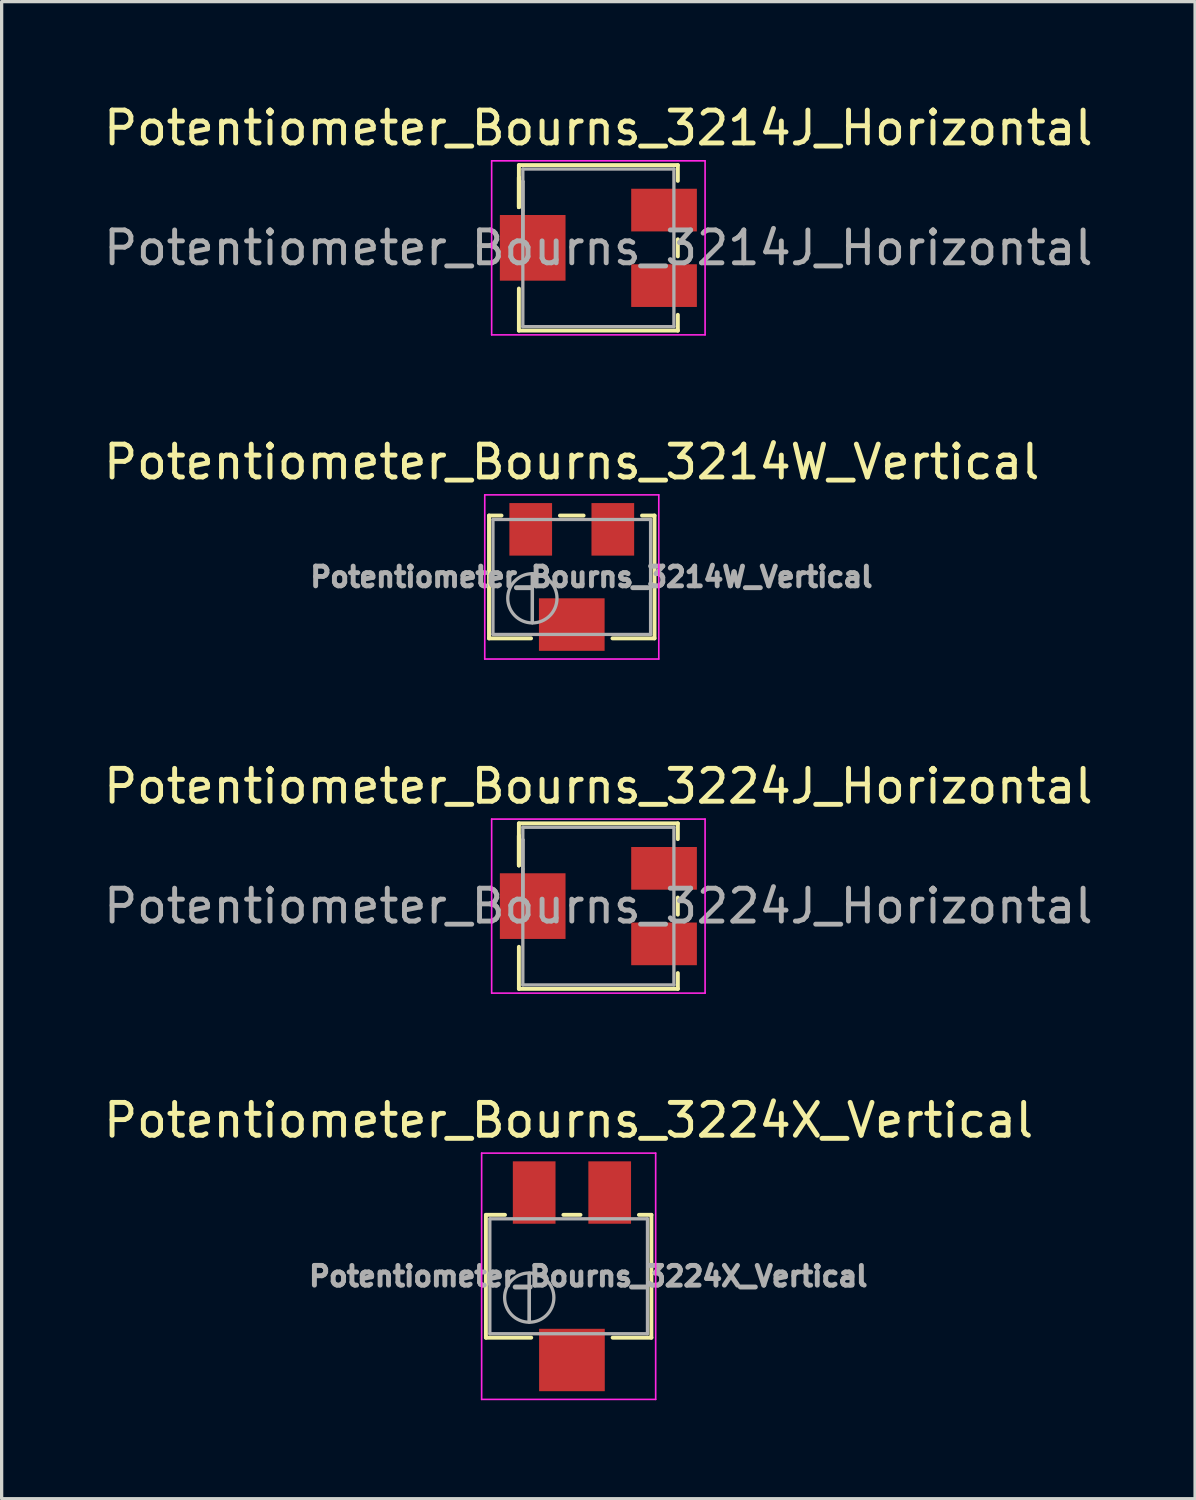
<source format=kicad_pcb>
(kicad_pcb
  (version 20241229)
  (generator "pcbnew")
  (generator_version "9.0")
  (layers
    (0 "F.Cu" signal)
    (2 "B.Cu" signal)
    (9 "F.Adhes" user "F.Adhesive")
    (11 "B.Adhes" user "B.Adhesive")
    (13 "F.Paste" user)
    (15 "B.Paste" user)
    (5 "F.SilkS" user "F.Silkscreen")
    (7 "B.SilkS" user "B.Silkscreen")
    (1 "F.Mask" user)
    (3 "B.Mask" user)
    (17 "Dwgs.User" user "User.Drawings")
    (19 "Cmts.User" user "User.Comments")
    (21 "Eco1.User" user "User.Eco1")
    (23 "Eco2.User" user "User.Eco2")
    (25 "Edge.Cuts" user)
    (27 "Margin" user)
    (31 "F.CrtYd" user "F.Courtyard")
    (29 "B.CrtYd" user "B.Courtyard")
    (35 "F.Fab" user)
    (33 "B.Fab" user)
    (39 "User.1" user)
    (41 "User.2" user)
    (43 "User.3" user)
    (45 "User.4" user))
  (footprint "Potentiometer_Bourns_3224J_Horizontal"
    (layer "F.Cu")
    (at 15.173 24.545)
    (property "Reference" "Potentiometer_Bourns_3224J_Horizontal" (at 0 -3.65 0) (layer "F.SilkS") (effects (font (size 1 1) (thickness 0.15))))
    (attr smd)
    (fp_line (start -2.42 -2.52) (end -2.42 -1.24) (stroke (width 0.12) (type solid)) (layer "F.SilkS"))
    (fp_line (start -2.42 -2.52) (end 2.42 -2.52) (stroke (width 0.12) (type solid)) (layer "F.SilkS"))
    (fp_line (start -2.42 -2.14) (end -2.42 -2.14) (stroke (width 0.12) (type solid)) (layer "F.SilkS"))
    (fp_line (start -2.42 -2.14) (end -2.42 -1.24) (stroke (width 0.12) (type solid)) (layer "F.SilkS"))
    (fp_line (start -2.42 -2.14) (end -2.42 -1.24) (stroke (width 0.12) (type solid)) (layer "F.SilkS"))
    (fp_line (start -2.42 1.24) (end -2.42 2.52) (stroke (width 0.12) (type solid)) (layer "F.SilkS"))
    (fp_line (start -2.42 2.52) (end 2.42 2.52) (stroke (width 0.12) (type solid)) (layer "F.SilkS"))
    (fp_line (start 2.42 -2.52) (end 2.42 -2.04) (stroke (width 0.12) (type solid)) (layer "F.SilkS"))
    (fp_line (start 2.42 -0.26) (end 2.42 0.26) (stroke (width 0.12) (type solid)) (layer "F.SilkS"))
    (fp_line (start 2.42 2.04) (end 2.42 2.52) (stroke (width 0.12) (type solid)) (layer "F.SilkS"))
    (fp_line (start -3.25 -2.65) (end -3.25 2.65) (stroke (width 0.05) (type solid)) (layer "F.CrtYd"))
    (fp_line (start -3.25 2.65) (end 3.25 2.65) (stroke (width 0.05) (type solid)) (layer "F.CrtYd"))
    (fp_line (start 3.25 -2.65) (end -3.25 -2.65) (stroke (width 0.05) (type solid)) (layer "F.CrtYd"))
    (fp_line (start 3.25 2.65) (end 3.25 -2.65) (stroke (width 0.05) (type solid)) (layer "F.CrtYd"))
    (fp_line (start -2.3 -2.4) (end -2.3 2.4) (stroke (width 0.1) (type solid)) (layer "F.Fab"))
    (fp_line (start -2.3 -2.02) (end -2.3 -2.02) (stroke (width 0.1) (type solid)) (layer "F.Fab"))
    (fp_line (start -2.3 -2.02) (end -2.3 -0.24) (stroke (width 0.1) (type solid)) (layer "F.Fab"))
    (fp_line (start -2.3 -1.13) (end -2.3 -1.13) (stroke (width 0.1) (type solid)) (layer "F.Fab"))
    (fp_line (start -2.3 -0.24) (end -2.3 -2.02) (stroke (width 0.1) (type solid)) (layer "F.Fab"))
    (fp_line (start -2.3 -0.24) (end -2.3 -0.24) (stroke (width 0.1) (type solid)) (layer "F.Fab"))
    (fp_line (start -2.3 2.4) (end 2.3 2.4) (stroke (width 0.1) (type solid)) (layer "F.Fab"))
    (fp_line (start 2.3 -2.4) (end -2.3 -2.4) (stroke (width 0.1) (type solid)) (layer "F.Fab"))
    (fp_line (start 2.3 2.4) (end 2.3 -2.4) (stroke (width 0.1) (type solid)) (layer "F.Fab"))
    (fp_text user "${REFERENCE}" (at 0 0 0) (layer "F.Fab") (effects (font (size 1 1) (thickness 0.15))))
    (pad "1" smd rect (at 2 -1.15) (size 2 1.3) (layers "F.Cu" "F.Mask" "F.Paste"))
    (pad "2" smd rect (at -2 0) (size 2 2) (layers "F.Cu" "F.Mask" "F.Paste"))
    (pad "3" smd rect (at 2 1.15) (size 2 1.3) (layers "F.Cu" "F.Mask" "F.Paste")))
  (footprint "Potentiometer_Bourns_3224X_Vertical"
    (layer "F.Cu")
    (at 14.368 35.818)
    (property "Reference" "Potentiometer_Bourns_3224X_Vertical" (at -0.1 -4.75 0) (layer "F.SilkS") (effects (font (size 1 1) (thickness 0.15))))
    (attr smd)
    (fp_line (start -2.62 -1.87) (end -2.62 1.87) (stroke (width 0.12) (type solid)) (layer "F.SilkS"))
    (fp_line (start -2.62 -1.87) (end -2.039 -1.87) (stroke (width 0.12) (type solid)) (layer "F.SilkS"))
    (fp_line (start -2.62 1.87) (end -1.24 1.87) (stroke (width 0.12) (type solid)) (layer "F.SilkS"))
    (fp_line (start -0.26 -1.87) (end 0.26 -1.87) (stroke (width 0.12) (type solid)) (layer "F.SilkS"))
    (fp_line (start 1.24 1.87) (end 2.42 1.87) (stroke (width 0.12) (type solid)) (layer "F.SilkS"))
    (fp_line (start 2.04 -1.87) (end 2.42 -1.87) (stroke (width 0.12) (type solid)) (layer "F.SilkS"))
    (fp_line (start 2.42 -1.87) (end 2.42 1.87) (stroke (width 0.12) (type solid)) (layer "F.SilkS"))
    (fp_line (start -2.75 -3.75) (end -2.75 3.75) (stroke (width 0.05) (type solid)) (layer "F.CrtYd"))
    (fp_line (start -2.75 3.75) (end 2.55 3.75) (stroke (width 0.05) (type solid)) (layer "F.CrtYd"))
    (fp_line (start 2.55 -3.75) (end -2.75 -3.75) (stroke (width 0.05) (type solid)) (layer "F.CrtYd"))
    (fp_line (start 2.55 3.75) (end 2.55 -3.75) (stroke (width 0.05) (type solid)) (layer "F.CrtYd"))
    (fp_line (start -2.5 -1.75) (end -2.5 1.75) (stroke (width 0.1) (type solid)) (layer "F.Fab"))
    (fp_line (start -2.5 1.75) (end 2.3 1.75) (stroke (width 0.1) (type solid)) (layer "F.Fab"))
    (fp_line (start -1.3 1.393) (end -1.299 -0.092) (stroke (width 0.1) (type solid)) (layer "F.Fab"))
    (fp_line (start -1.3 1.393) (end -1.299 -0.092) (stroke (width 0.1) (type solid)) (layer "F.Fab"))
    (fp_line (start 2.3 -1.75) (end -2.5 -1.75) (stroke (width 0.1) (type solid)) (layer "F.Fab"))
    (fp_line (start 2.3 1.75) (end 2.3 -1.75) (stroke (width 0.1) (type solid)) (layer "F.Fab"))
    (fp_circle (center -1.3 0.65) (end -0.55 0.65) (stroke (width 0.1) (type solid)) (fill no) (layer "F.Fab"))
    (fp_text user "${REFERENCE}" (at 0.5 0 0) (layer "F.Fab") (effects (font (size 0.6 0.6) (thickness 0.15))))
    (pad "1" smd rect (at 1.15 -2.55) (size 1.3 1.9) (layers "F.Cu" "F.Mask" "F.Paste"))
    (pad "2" smd rect (at 0 2.55) (size 2 1.9) (layers "F.Cu" "F.Mask" "F.Paste"))
    (pad "3" smd rect (at -1.15 -2.55) (size 1.3 1.9) (layers "F.Cu" "F.Mask" "F.Paste")))
  (footprint "Potentiometer_Bourns_3214J_Horizontal"
    (layer "F.Cu")
    (at 15.173 4.498)
    (property "Reference" "Potentiometer_Bourns_3214J_Horizontal" (at 0 -3.65 0) (layer "F.SilkS") (effects (font (size 1 1) (thickness 0.15))))
    (attr smd)
    (fp_line (start -2.42 -2.52) (end -2.42 -1.24) (stroke (width 0.12) (type solid)) (layer "F.SilkS"))
    (fp_line (start -2.42 -2.52) (end 2.42 -2.52) (stroke (width 0.12) (type solid)) (layer "F.SilkS"))
    (fp_line (start -2.42 -2.14) (end -2.42 -2.14) (stroke (width 0.12) (type solid)) (layer "F.SilkS"))
    (fp_line (start -2.42 -2.14) (end -2.42 -1.24) (stroke (width 0.12) (type solid)) (layer "F.SilkS"))
    (fp_line (start -2.42 -2.14) (end -2.42 -1.24) (stroke (width 0.12) (type solid)) (layer "F.SilkS"))
    (fp_line (start -2.42 1.24) (end -2.42 2.52) (stroke (width 0.12) (type solid)) (layer "F.SilkS"))
    (fp_line (start -2.42 2.52) (end 2.42 2.52) (stroke (width 0.12) (type solid)) (layer "F.SilkS"))
    (fp_line (start 2.42 -2.52) (end 2.42 -2.04) (stroke (width 0.12) (type solid)) (layer "F.SilkS"))
    (fp_line (start 2.42 -0.26) (end 2.42 0.26) (stroke (width 0.12) (type solid)) (layer "F.SilkS"))
    (fp_line (start 2.42 2.04) (end 2.42 2.52) (stroke (width 0.12) (type solid)) (layer "F.SilkS"))
    (fp_line (start -3.25 -2.65) (end -3.25 2.65) (stroke (width 0.05) (type solid)) (layer "F.CrtYd"))
    (fp_line (start -3.25 2.65) (end 3.25 2.65) (stroke (width 0.05) (type solid)) (layer "F.CrtYd"))
    (fp_line (start 3.25 -2.65) (end -3.25 -2.65) (stroke (width 0.05) (type solid)) (layer "F.CrtYd"))
    (fp_line (start 3.25 2.65) (end 3.25 -2.65) (stroke (width 0.05) (type solid)) (layer "F.CrtYd"))
    (fp_line (start -2.3 -2.4) (end -2.3 2.4) (stroke (width 0.1) (type solid)) (layer "F.Fab"))
    (fp_line (start -2.3 -2.02) (end -2.3 -2.02) (stroke (width 0.1) (type solid)) (layer "F.Fab"))
    (fp_line (start -2.3 -2.02) (end -2.3 -0.24) (stroke (width 0.1) (type solid)) (layer "F.Fab"))
    (fp_line (start -2.3 -1.13) (end -2.3 -1.13) (stroke (width 0.1) (type solid)) (layer "F.Fab"))
    (fp_line (start -2.3 -0.24) (end -2.3 -2.02) (stroke (width 0.1) (type solid)) (layer "F.Fab"))
    (fp_line (start -2.3 -0.24) (end -2.3 -0.24) (stroke (width 0.1) (type solid)) (layer "F.Fab"))
    (fp_line (start -2.3 2.4) (end 2.3 2.4) (stroke (width 0.1) (type solid)) (layer "F.Fab"))
    (fp_line (start 2.3 -2.4) (end -2.3 -2.4) (stroke (width 0.1) (type solid)) (layer "F.Fab"))
    (fp_line (start 2.3 2.4) (end 2.3 -2.4) (stroke (width 0.1) (type solid)) (layer "F.Fab"))
    (fp_text user "${REFERENCE}" (at 0 0 0) (layer "F.Fab") (effects (font (size 1 1) (thickness 0.15))))
    (pad "1" smd rect (at 2 -1.15) (size 2 1.3) (layers "F.Cu" "F.Mask" "F.Paste"))
    (pad "2" smd rect (at -2 0) (size 2 2) (layers "F.Cu" "F.Mask" "F.Paste"))
    (pad "3" smd rect (at 2 1.15) (size 2 1.3) (layers "F.Cu" "F.Mask" "F.Paste")))
  (footprint "Potentiometer_Bourns_3214W_Vertical"
    (layer "F.Cu")
    (at 14.363 14.521)
    (property "Reference" "Potentiometer_Bourns_3214W_Vertical" (at 0 -3.5 0) (layer "F.SilkS") (effects (font (size 1 1) (thickness 0.15))))
    (attr smd)
    (fp_line (start -2.52 -1.87) (end -2.52 1.87) (stroke (width 0.12) (type solid)) (layer "F.SilkS"))
    (fp_line (start -2.52 -1.87) (end -2.14 -1.87) (stroke (width 0.12) (type solid)) (layer "F.SilkS"))
    (fp_line (start -2.52 1.87) (end -1.24 1.87) (stroke (width 0.12) (type solid)) (layer "F.SilkS"))
    (fp_line (start -0.36 -1.87) (end 0.36 -1.87) (stroke (width 0.12) (type solid)) (layer "F.SilkS"))
    (fp_line (start 1.24 1.87) (end 2.52 1.87) (stroke (width 0.12) (type solid)) (layer "F.SilkS"))
    (fp_line (start 2.14 -1.87) (end 2.52 -1.87) (stroke (width 0.12) (type solid)) (layer "F.SilkS"))
    (fp_line (start 2.52 -1.87) (end 2.52 1.87) (stroke (width 0.12) (type solid)) (layer "F.SilkS"))
    (fp_line (start -2.65 -2.5) (end -2.65 2.5) (stroke (width 0.05) (type solid)) (layer "F.CrtYd"))
    (fp_line (start -2.65 2.5) (end 2.65 2.5) (stroke (width 0.05) (type solid)) (layer "F.CrtYd"))
    (fp_line (start 2.65 -2.5) (end -2.65 -2.5) (stroke (width 0.05) (type solid)) (layer "F.CrtYd"))
    (fp_line (start 2.65 2.5) (end 2.65 -2.5) (stroke (width 0.05) (type solid)) (layer "F.CrtYd"))
    (fp_line (start -2.4 -1.75) (end -2.4 1.75) (stroke (width 0.1) (type solid)) (layer "F.Fab"))
    (fp_line (start -2.4 1.75) (end 2.4 1.75) (stroke (width 0.1) (type solid)) (layer "F.Fab"))
    (fp_line (start -1.2 1.393) (end -1.199 -0.092) (stroke (width 0.1) (type solid)) (layer "F.Fab"))
    (fp_line (start -1.2 1.393) (end -1.199 -0.092) (stroke (width 0.1) (type solid)) (layer "F.Fab"))
    (fp_line (start 2.4 -1.75) (end -2.4 -1.75) (stroke (width 0.1) (type solid)) (layer "F.Fab"))
    (fp_line (start 2.4 1.75) (end 2.4 -1.75) (stroke (width 0.1) (type solid)) (layer "F.Fab"))
    (fp_circle (center -1.2 0.65) (end -0.45 0.65) (stroke (width 0.1) (type solid)) (fill no) (layer "F.Fab"))
    (fp_text user "${REFERENCE}" (at 0.6 0 0) (layer "F.Fab") (effects (font (size 0.6 0.6) (thickness 0.15))))
    (pad "1" smd rect (at 1.25 -1.45) (size 1.3 1.6) (layers "F.Cu" "F.Mask" "F.Paste"))
    (pad "2" smd rect (at 0 1.45) (size 2 1.6) (layers "F.Cu" "F.Mask" "F.Paste"))
    (pad "3" smd rect (at -1.25 -1.45) (size 1.3 1.6) (layers "F.Cu" "F.Mask" "F.Paste")))
  (gr_rect
    (start -3 -3)
    (end 33.345 42.593)
    (stroke (width 0.1) (type default))
    (fill no)
    (layer "Edge.Cuts")))
</source>
